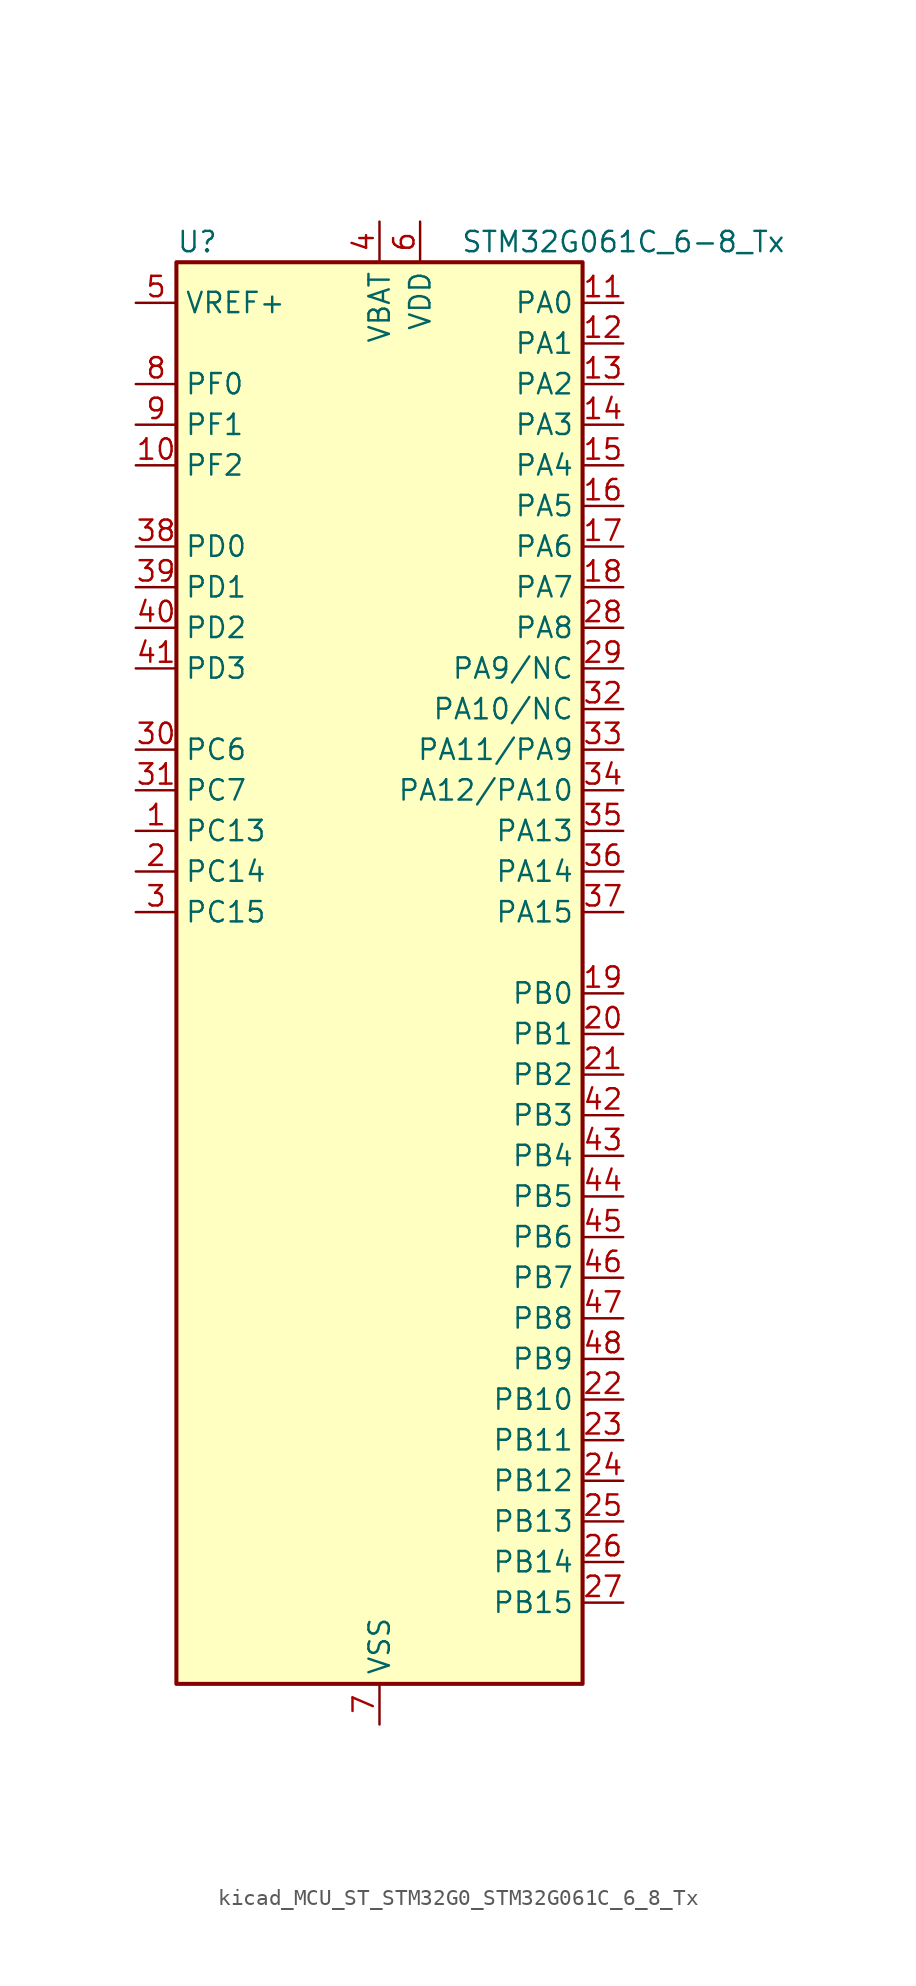
<source format=kicad_sym>
(kicad_symbol_lib
  (version 20220914)
  (generator kicad_symbol_editor)
  (symbol "kicad_MCU_ST_STM32G0_STM32G061C_6_8_Tx"
    (property "Reference" "U"
      (at -12.7 46.99 0)
      (effects (font (size 1.27 1.27)) (justify left)))
    (property "Value" "STM32G061C_6-8_Tx"
      (at 5.08 46.99 0)
      (effects (font (size 1.27 1.27)) (justify left)))
    (property "ki_locked" ""
      (at 0 0 0)
      (effects (font (size 1.27 1.27))))
    (symbol "kicad_MCU_ST_STM32G0_STM32G061C_6_8_Tx_0_1"
      (rectangle (start -12.7 -43.18) (end 12.7 45.72) (stroke (width 0.254) (type default)) (fill (type background))))
    (symbol "kicad_MCU_ST_STM32G0_STM32G061C_6_8_Tx_1_1"
      (pin bidirectional line (at -15.24 10.16 0) (length 2.54) (name "PC13" (effects (font (size 1.27 1.27)))) (number "1" (effects (font (size 1.27 1.27)))) (alternate "RTC_OUT1" bidirectional line) (alternate "RTC_TAMP_IN1" bidirectional line) (alternate "RTC_TS" bidirectional line) (alternate "SYS_WKUP2" bidirectional line) (alternate "TIM1_BK" bidirectional line))
      (pin bidirectional line (at -15.24 33.02 0) (length 2.54) (name "PF2" (effects (font (size 1.27 1.27)))) (number "10" (effects (font (size 1.27 1.27)))) (alternate "RCC_MCO" bidirectional line))
      (pin bidirectional line (at 15.24 43.18 180) (length 2.54) (name "PA0" (effects (font (size 1.27 1.27)))) (number "11" (effects (font (size 1.27 1.27)))) (alternate "ADC1_IN0" bidirectional line) (alternate "COMP1_INM" bidirectional line) (alternate "COMP1_OUT" bidirectional line) (alternate "LPTIM1_OUT" bidirectional line) (alternate "RTC_TAMP_IN2" bidirectional line) (alternate "SPI2_SCK" bidirectional line) (alternate "SYS_WKUP1" bidirectional line) (alternate "TIM2_CH1" bidirectional line) (alternate "TIM2_ETR" bidirectional line) (alternate "USART2_CTS" bidirectional line) (alternate "USART2_NSS" bidirectional line))
      (pin bidirectional line (at 15.24 40.64 180) (length 2.54) (name "PA1" (effects (font (size 1.27 1.27)))) (number "12" (effects (font (size 1.27 1.27)))) (alternate "ADC1_IN1" bidirectional line) (alternate "COMP1_INP" bidirectional line) (alternate "I2C1_SMBA" bidirectional line) (alternate "I2S1_CK" bidirectional line) (alternate "SPI1_SCK" bidirectional line) (alternate "TIM15_CH1N" bidirectional line) (alternate "TIM2_CH2" bidirectional line) (alternate "USART2_CK" bidirectional line) (alternate "USART2_DE" bidirectional line) (alternate "USART2_RTS" bidirectional line))
      (pin bidirectional line (at 15.24 38.1 180) (length 2.54) (name "PA2" (effects (font (size 1.27 1.27)))) (number "13" (effects (font (size 1.27 1.27)))) (alternate "ADC1_IN2" bidirectional line) (alternate "COMP2_INM" bidirectional line) (alternate "COMP2_OUT" bidirectional line) (alternate "I2S1_SD" bidirectional line) (alternate "LPUART1_TX" bidirectional line) (alternate "RCC_LSCO" bidirectional line) (alternate "SPI1_MOSI" bidirectional line) (alternate "SYS_WKUP4" bidirectional line) (alternate "TIM15_CH1" bidirectional line) (alternate "TIM2_CH3" bidirectional line) (alternate "USART2_TX" bidirectional line))
      (pin bidirectional line (at 15.24 35.56 180) (length 2.54) (name "PA3" (effects (font (size 1.27 1.27)))) (number "14" (effects (font (size 1.27 1.27)))) (alternate "ADC1_IN3" bidirectional line) (alternate "COMP2_INP" bidirectional line) (alternate "LPUART1_RX" bidirectional line) (alternate "SPI2_MISO" bidirectional line) (alternate "TIM15_CH2" bidirectional line) (alternate "TIM2_CH4" bidirectional line) (alternate "USART2_RX" bidirectional line))
      (pin bidirectional line (at 15.24 33.02 180) (length 2.54) (name "PA4" (effects (font (size 1.27 1.27)))) (number "15" (effects (font (size 1.27 1.27)))) (alternate "ADC1_IN4" bidirectional line) (alternate "DAC1_OUT1" bidirectional line) (alternate "I2S1_WS" bidirectional line) (alternate "LPTIM2_OUT" bidirectional line) (alternate "RTC_OUT2" bidirectional line) (alternate "SPI1_NSS" bidirectional line) (alternate "SPI2_MOSI" bidirectional line) (alternate "TIM14_CH1" bidirectional line))
      (pin bidirectional line (at 15.24 30.48 180) (length 2.54) (name "PA5" (effects (font (size 1.27 1.27)))) (number "16" (effects (font (size 1.27 1.27)))) (alternate "ADC1_IN5" bidirectional line) (alternate "DAC1_OUT2" bidirectional line) (alternate "I2S1_CK" bidirectional line) (alternate "LPTIM2_ETR" bidirectional line) (alternate "SPI1_SCK" bidirectional line) (alternate "TIM2_CH1" bidirectional line) (alternate "TIM2_ETR" bidirectional line))
      (pin bidirectional line (at 15.24 27.94 180) (length 2.54) (name "PA6" (effects (font (size 1.27 1.27)))) (number "17" (effects (font (size 1.27 1.27)))) (alternate "ADC1_IN6" bidirectional line) (alternate "COMP1_OUT" bidirectional line) (alternate "I2S1_MCK" bidirectional line) (alternate "LPUART1_CTS" bidirectional line) (alternate "SPI1_MISO" bidirectional line) (alternate "TIM16_CH1" bidirectional line) (alternate "TIM1_BK" bidirectional line) (alternate "TIM3_CH1" bidirectional line))
      (pin bidirectional line (at 15.24 25.4 180) (length 2.54) (name "PA7" (effects (font (size 1.27 1.27)))) (number "18" (effects (font (size 1.27 1.27)))) (alternate "ADC1_IN7" bidirectional line) (alternate "COMP2_OUT" bidirectional line) (alternate "I2S1_SD" bidirectional line) (alternate "SPI1_MOSI" bidirectional line) (alternate "TIM14_CH1" bidirectional line) (alternate "TIM17_CH1" bidirectional line) (alternate "TIM1_CH1N" bidirectional line) (alternate "TIM3_CH2" bidirectional line))
      (pin bidirectional line (at 15.24 0 180) (length 2.54) (name "PB0" (effects (font (size 1.27 1.27)))) (number "19" (effects (font (size 1.27 1.27)))) (alternate "ADC1_IN8" bidirectional line) (alternate "COMP1_OUT" bidirectional line) (alternate "I2S1_WS" bidirectional line) (alternate "LPTIM1_OUT" bidirectional line) (alternate "SPI1_NSS" bidirectional line) (alternate "TIM1_CH2N" bidirectional line) (alternate "TIM3_CH3" bidirectional line))
      (pin bidirectional line (at -15.24 7.62 0) (length 2.54) (name "PC14" (effects (font (size 1.27 1.27)))) (number "2" (effects (font (size 1.27 1.27)))) (alternate "RCC_OSC32_IN" bidirectional line) (alternate "TIM1_BK2" bidirectional line))
      (pin bidirectional line (at 15.24 -2.54 180) (length 2.54) (name "PB1" (effects (font (size 1.27 1.27)))) (number "20" (effects (font (size 1.27 1.27)))) (alternate "ADC1_IN9" bidirectional line) (alternate "COMP1_INM" bidirectional line) (alternate "LPTIM2_IN1" bidirectional line) (alternate "LPUART1_DE" bidirectional line) (alternate "LPUART1_RTS" bidirectional line) (alternate "TIM14_CH1" bidirectional line) (alternate "TIM1_CH3N" bidirectional line) (alternate "TIM3_CH4" bidirectional line))
      (pin bidirectional line (at 15.24 -5.08 180) (length 2.54) (name "PB2" (effects (font (size 1.27 1.27)))) (number "21" (effects (font (size 1.27 1.27)))) (alternate "ADC1_IN10" bidirectional line) (alternate "COMP1_INP" bidirectional line) (alternate "LPTIM1_OUT" bidirectional line) (alternate "SPI2_MISO" bidirectional line))
      (pin bidirectional line (at 15.24 -25.4 180) (length 2.54) (name "PB10" (effects (font (size 1.27 1.27)))) (number "22" (effects (font (size 1.27 1.27)))) (alternate "ADC1_IN11" bidirectional line) (alternate "COMP1_OUT" bidirectional line) (alternate "I2C2_SCL" bidirectional line) (alternate "LPUART1_RX" bidirectional line) (alternate "SPI2_SCK" bidirectional line) (alternate "TIM2_CH3" bidirectional line))
      (pin bidirectional line (at 15.24 -27.94 180) (length 2.54) (name "PB11" (effects (font (size 1.27 1.27)))) (number "23" (effects (font (size 1.27 1.27)))) (alternate "ADC1_EXTI11" bidirectional line) (alternate "ADC1_IN15" bidirectional line) (alternate "COMP2_OUT" bidirectional line) (alternate "I2C2_SDA" bidirectional line) (alternate "LPUART1_TX" bidirectional line) (alternate "SPI2_MOSI" bidirectional line) (alternate "TIM2_CH4" bidirectional line))
      (pin bidirectional line (at 15.24 -30.48 180) (length 2.54) (name "PB12" (effects (font (size 1.27 1.27)))) (number "24" (effects (font (size 1.27 1.27)))) (alternate "ADC1_IN16" bidirectional line) (alternate "LPUART1_DE" bidirectional line) (alternate "LPUART1_RTS" bidirectional line) (alternate "SPI2_NSS" bidirectional line) (alternate "TIM15_BK" bidirectional line) (alternate "TIM1_BK" bidirectional line))
      (pin bidirectional line (at 15.24 -33.02 180) (length 2.54) (name "PB13" (effects (font (size 1.27 1.27)))) (number "25" (effects (font (size 1.27 1.27)))) (alternate "I2C2_SCL" bidirectional line) (alternate "LPUART1_CTS" bidirectional line) (alternate "SPI2_SCK" bidirectional line) (alternate "TIM15_CH1N" bidirectional line) (alternate "TIM1_CH1N" bidirectional line))
      (pin bidirectional line (at 15.24 -35.56 180) (length 2.54) (name "PB14" (effects (font (size 1.27 1.27)))) (number "26" (effects (font (size 1.27 1.27)))) (alternate "I2C2_SDA" bidirectional line) (alternate "SPI2_MISO" bidirectional line) (alternate "TIM15_CH1" bidirectional line) (alternate "TIM1_CH2N" bidirectional line))
      (pin bidirectional line (at 15.24 -38.1 180) (length 2.54) (name "PB15" (effects (font (size 1.27 1.27)))) (number "27" (effects (font (size 1.27 1.27)))) (alternate "RTC_REFIN" bidirectional line) (alternate "SPI2_MOSI" bidirectional line) (alternate "TIM15_CH1N" bidirectional line) (alternate "TIM15_CH2" bidirectional line) (alternate "TIM1_CH3N" bidirectional line))
      (pin bidirectional line (at 15.24 22.86 180) (length 2.54) (name "PA8" (effects (font (size 1.27 1.27)))) (number "28" (effects (font (size 1.27 1.27)))) (alternate "LPTIM2_OUT" bidirectional line) (alternate "RCC_MCO" bidirectional line) (alternate "SPI2_NSS" bidirectional line) (alternate "TIM1_CH1" bidirectional line))
      (pin bidirectional line (at 15.24 20.32 180) (length 2.54) (name "PA9/NC" (effects (font (size 1.27 1.27)))) (number "29" (effects (font (size 1.27 1.27)))) (alternate "DAC1_EXTI9" bidirectional line) (alternate "I2C1_SCL" bidirectional line) (alternate "RCC_MCO" bidirectional line) (alternate "SPI2_MISO" bidirectional line) (alternate "TIM15_BK" bidirectional line) (alternate "TIM1_CH2" bidirectional line) (alternate "USART1_TX" bidirectional line))
      (pin bidirectional line (at -15.24 5.08 0) (length 2.54) (name "PC15" (effects (font (size 1.27 1.27)))) (number "3" (effects (font (size 1.27 1.27)))) (alternate "RCC_OSC32_EN" bidirectional line) (alternate "RCC_OSC32_OUT" bidirectional line) (alternate "RCC_OSC_EN" bidirectional line) (alternate "TIM15_BK" bidirectional line))
      (pin bidirectional line (at -15.24 15.24 0) (length 2.54) (name "PC6" (effects (font (size 1.27 1.27)))) (number "30" (effects (font (size 1.27 1.27)))) (alternate "TIM2_CH3" bidirectional line) (alternate "TIM3_CH1" bidirectional line))
      (pin bidirectional line (at -15.24 12.7 0) (length 2.54) (name "PC7" (effects (font (size 1.27 1.27)))) (number "31" (effects (font (size 1.27 1.27)))) (alternate "TIM2_CH4" bidirectional line) (alternate "TIM3_CH2" bidirectional line))
      (pin bidirectional line (at 15.24 17.78 180) (length 2.54) (name "PA10/NC" (effects (font (size 1.27 1.27)))) (number "32" (effects (font (size 1.27 1.27)))) (alternate "I2C1_SDA" bidirectional line) (alternate "SPI2_MOSI" bidirectional line) (alternate "TIM17_BK" bidirectional line) (alternate "TIM1_CH3" bidirectional line) (alternate "USART1_RX" bidirectional line))
      (pin bidirectional line (at 15.24 15.24 180) (length 2.54) (name "PA11/PA9" (effects (font (size 1.27 1.27)))) (number "33" (effects (font (size 1.27 1.27)))) (alternate "ADC1_EXTI11" bidirectional line) (alternate "COMP1_OUT" bidirectional line) (alternate "I2C2_SCL" bidirectional line) (alternate "I2S1_MCK" bidirectional line) (alternate "SPI1_MISO" bidirectional line) (alternate "TIM1_BK2" bidirectional line) (alternate "TIM1_CH4" bidirectional line) (alternate "USART1_CTS" bidirectional line) (alternate "USART1_NSS" bidirectional line))
      (pin bidirectional line (at 15.24 12.7 180) (length 2.54) (name "PA12/PA10" (effects (font (size 1.27 1.27)))) (number "34" (effects (font (size 1.27 1.27)))) (alternate "COMP2_OUT" bidirectional line) (alternate "I2C2_SDA" bidirectional line) (alternate "I2S1_SD" bidirectional line) (alternate "I2S_CKIN" bidirectional line) (alternate "SPI1_MOSI" bidirectional line) (alternate "TIM1_ETR" bidirectional line) (alternate "USART1_CK" bidirectional line) (alternate "USART1_DE" bidirectional line) (alternate "USART1_RTS" bidirectional line))
      (pin bidirectional line (at 15.24 10.16 180) (length 2.54) (name "PA13" (effects (font (size 1.27 1.27)))) (number "35" (effects (font (size 1.27 1.27)))) (alternate "ADC1_IN17" bidirectional line) (alternate "IR_OUT" bidirectional line) (alternate "SYS_SWDIO" bidirectional line))
      (pin bidirectional line (at 15.24 7.62 180) (length 2.54) (name "PA14" (effects (font (size 1.27 1.27)))) (number "36" (effects (font (size 1.27 1.27)))) (alternate "ADC1_IN18" bidirectional line) (alternate "SYS_SWCLK" bidirectional line) (alternate "USART2_TX" bidirectional line))
      (pin bidirectional line (at 15.24 5.08 180) (length 2.54) (name "PA15" (effects (font (size 1.27 1.27)))) (number "37" (effects (font (size 1.27 1.27)))) (alternate "I2S1_WS" bidirectional line) (alternate "SPI1_NSS" bidirectional line) (alternate "TIM2_CH1" bidirectional line) (alternate "TIM2_ETR" bidirectional line) (alternate "USART2_RX" bidirectional line))
      (pin bidirectional line (at -15.24 27.94 0) (length 2.54) (name "PD0" (effects (font (size 1.27 1.27)))) (number "38" (effects (font (size 1.27 1.27)))) (alternate "SPI2_NSS" bidirectional line) (alternate "TIM16_CH1" bidirectional line))
      (pin bidirectional line (at -15.24 25.4 0) (length 2.54) (name "PD1" (effects (font (size 1.27 1.27)))) (number "39" (effects (font (size 1.27 1.27)))) (alternate "SPI2_SCK" bidirectional line) (alternate "TIM17_CH1" bidirectional line))
      (pin power_in line (at 0 48.26 270) (length 2.54) (name "VBAT" (effects (font (size 1.27 1.27)))) (number "4" (effects (font (size 1.27 1.27)))))
      (pin bidirectional line (at -15.24 22.86 0) (length 2.54) (name "PD2" (effects (font (size 1.27 1.27)))) (number "40" (effects (font (size 1.27 1.27)))) (alternate "TIM1_CH1N" bidirectional line) (alternate "TIM3_ETR" bidirectional line))
      (pin bidirectional line (at -15.24 20.32 0) (length 2.54) (name "PD3" (effects (font (size 1.27 1.27)))) (number "41" (effects (font (size 1.27 1.27)))) (alternate "SPI2_MISO" bidirectional line) (alternate "TIM1_CH2N" bidirectional line) (alternate "USART2_CTS" bidirectional line) (alternate "USART2_NSS" bidirectional line))
      (pin bidirectional line (at 15.24 -7.62 180) (length 2.54) (name "PB3" (effects (font (size 1.27 1.27)))) (number "42" (effects (font (size 1.27 1.27)))) (alternate "COMP2_INM" bidirectional line) (alternate "I2S1_CK" bidirectional line) (alternate "SPI1_SCK" bidirectional line) (alternate "TIM1_CH2" bidirectional line) (alternate "TIM2_CH2" bidirectional line) (alternate "USART1_CK" bidirectional line) (alternate "USART1_DE" bidirectional line) (alternate "USART1_RTS" bidirectional line))
      (pin bidirectional line (at 15.24 -10.16 180) (length 2.54) (name "PB4" (effects (font (size 1.27 1.27)))) (number "43" (effects (font (size 1.27 1.27)))) (alternate "COMP2_INP" bidirectional line) (alternate "I2S1_MCK" bidirectional line) (alternate "SPI1_MISO" bidirectional line) (alternate "TIM17_BK" bidirectional line) (alternate "TIM3_CH1" bidirectional line) (alternate "USART1_CTS" bidirectional line) (alternate "USART1_NSS" bidirectional line))
      (pin bidirectional line (at 15.24 -12.7 180) (length 2.54) (name "PB5" (effects (font (size 1.27 1.27)))) (number "44" (effects (font (size 1.27 1.27)))) (alternate "COMP2_OUT" bidirectional line) (alternate "I2C1_SMBA" bidirectional line) (alternate "I2S1_SD" bidirectional line) (alternate "LPTIM1_IN1" bidirectional line) (alternate "SPI1_MOSI" bidirectional line) (alternate "SYS_WKUP6" bidirectional line) (alternate "TIM16_BK" bidirectional line) (alternate "TIM3_CH2" bidirectional line))
      (pin bidirectional line (at 15.24 -15.24 180) (length 2.54) (name "PB6" (effects (font (size 1.27 1.27)))) (number "45" (effects (font (size 1.27 1.27)))) (alternate "COMP2_INP" bidirectional line) (alternate "I2C1_SCL" bidirectional line) (alternate "LPTIM1_ETR" bidirectional line) (alternate "SPI2_MISO" bidirectional line) (alternate "TIM16_CH1N" bidirectional line) (alternate "TIM1_CH3" bidirectional line) (alternate "USART1_TX" bidirectional line))
      (pin bidirectional line (at 15.24 -17.78 180) (length 2.54) (name "PB7" (effects (font (size 1.27 1.27)))) (number "46" (effects (font (size 1.27 1.27)))) (alternate "COMP2_INM" bidirectional line) (alternate "I2C1_SDA" bidirectional line) (alternate "LPTIM1_IN2" bidirectional line) (alternate "SPI2_MOSI" bidirectional line) (alternate "SYS_PVD_IN" bidirectional line) (alternate "TIM17_CH1N" bidirectional line) (alternate "USART1_RX" bidirectional line))
      (pin bidirectional line (at 15.24 -20.32 180) (length 2.54) (name "PB8" (effects (font (size 1.27 1.27)))) (number "47" (effects (font (size 1.27 1.27)))) (alternate "I2C1_SCL" bidirectional line) (alternate "SPI2_SCK" bidirectional line) (alternate "TIM15_BK" bidirectional line) (alternate "TIM16_CH1" bidirectional line))
      (pin bidirectional line (at 15.24 -22.86 180) (length 2.54) (name "PB9" (effects (font (size 1.27 1.27)))) (number "48" (effects (font (size 1.27 1.27)))) (alternate "DAC1_EXTI9" bidirectional line) (alternate "I2C1_SDA" bidirectional line) (alternate "IR_OUT" bidirectional line) (alternate "SPI2_NSS" bidirectional line) (alternate "TIM17_CH1" bidirectional line))
      (pin input line (at -15.24 43.18 0) (length 2.54) (name "VREF+" (effects (font (size 1.27 1.27)))) (number "5" (effects (font (size 1.27 1.27)))) (alternate "VREFBUF_OUT" bidirectional line))
      (pin power_in line (at 2.54 48.26 270) (length 2.54) (name "VDD" (effects (font (size 1.27 1.27)))) (number "6" (effects (font (size 1.27 1.27)))))
      (pin power_in line (at 0 -45.72 90) (length 2.54) (name "VSS" (effects (font (size 1.27 1.27)))) (number "7" (effects (font (size 1.27 1.27)))))
      (pin bidirectional line (at -15.24 38.1 0) (length 2.54) (name "PF0" (effects (font (size 1.27 1.27)))) (number "8" (effects (font (size 1.27 1.27)))) (alternate "RCC_OSC_IN" bidirectional line) (alternate "TIM14_CH1" bidirectional line))
      (pin bidirectional line (at -15.24 35.56 0) (length 2.54) (name "PF1" (effects (font (size 1.27 1.27)))) (number "9" (effects (font (size 1.27 1.27)))) (alternate "RCC_OSC_EN" bidirectional line) (alternate "RCC_OSC_OUT" bidirectional line) (alternate "TIM15_CH1N" bidirectional line)))))
</source>
